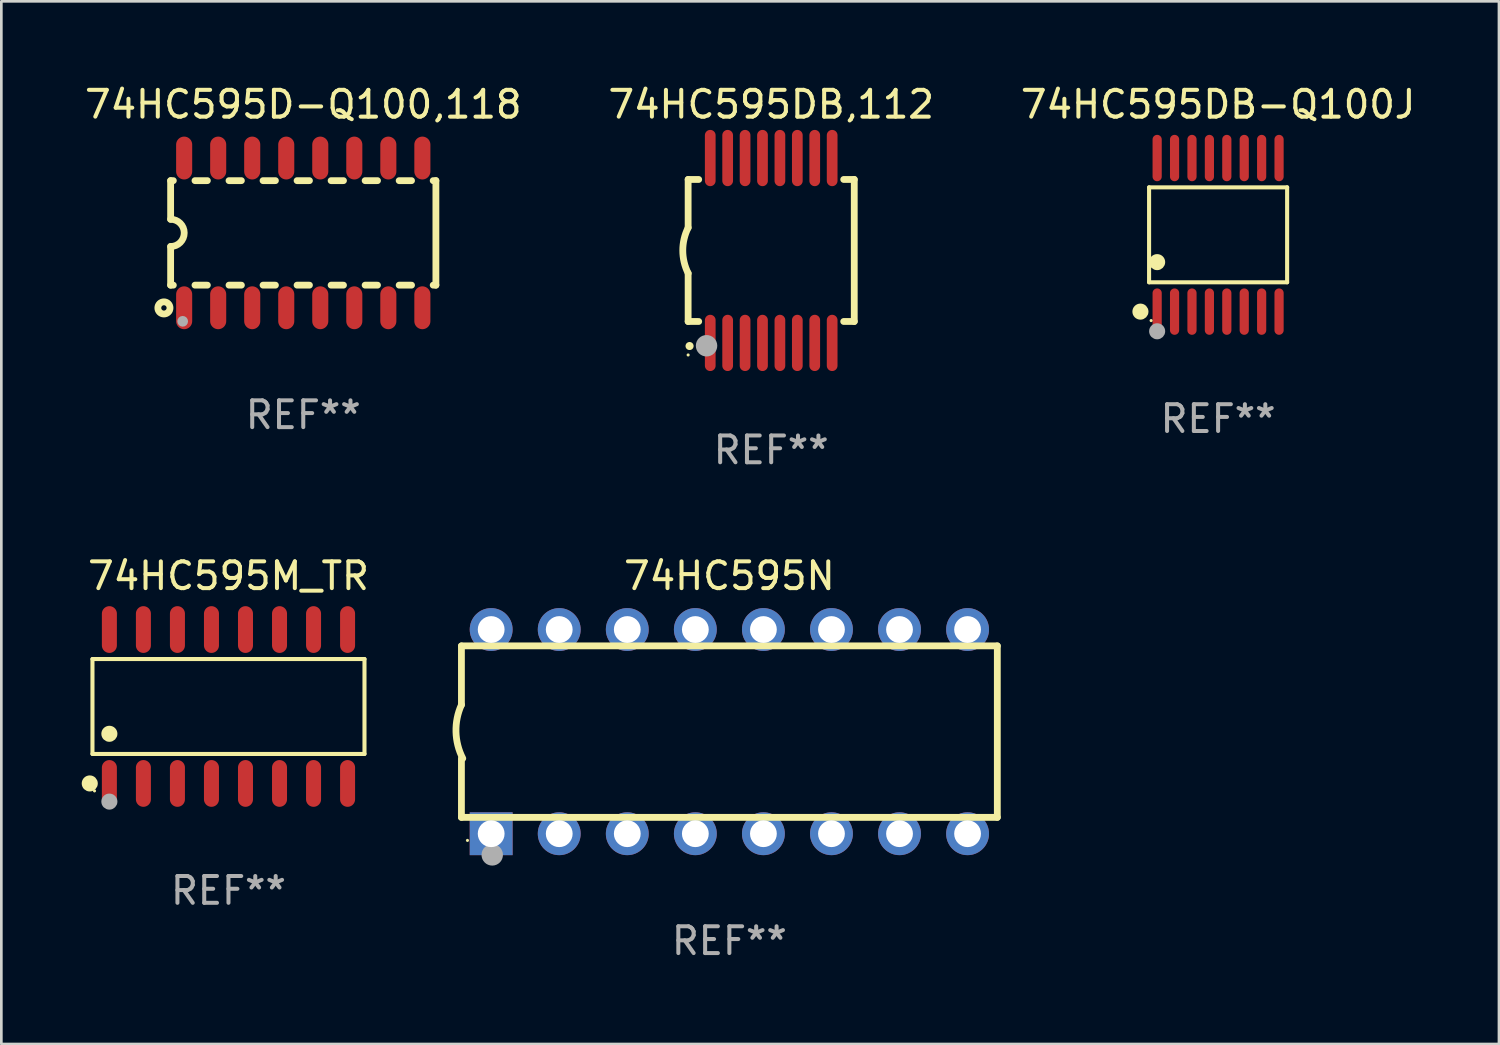
<source format=kicad_pcb>
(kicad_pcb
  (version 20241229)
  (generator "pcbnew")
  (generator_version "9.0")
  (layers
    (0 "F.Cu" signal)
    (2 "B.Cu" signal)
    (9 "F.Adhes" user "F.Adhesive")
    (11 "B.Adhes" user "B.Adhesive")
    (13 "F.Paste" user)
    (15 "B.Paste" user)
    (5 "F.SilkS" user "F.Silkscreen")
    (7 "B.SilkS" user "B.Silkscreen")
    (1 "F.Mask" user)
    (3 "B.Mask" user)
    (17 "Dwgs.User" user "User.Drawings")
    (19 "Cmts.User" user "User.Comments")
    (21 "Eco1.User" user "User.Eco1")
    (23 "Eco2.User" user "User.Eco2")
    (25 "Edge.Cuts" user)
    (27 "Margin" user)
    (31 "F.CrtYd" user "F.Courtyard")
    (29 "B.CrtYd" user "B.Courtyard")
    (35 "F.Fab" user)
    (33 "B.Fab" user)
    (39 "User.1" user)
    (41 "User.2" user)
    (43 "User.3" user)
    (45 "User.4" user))
  (footprint "74HC595DB-Q100J"
    (layer "F.Cu")
    (at 42.411 5.714)
    (property "Reference" "74HC595DB-Q100J" (at 0 -4.866 0) (layer "F.SilkS") (effects (font (size 1 1) (thickness 0.15))))
    (attr through_hole)
    (fp_line (start -2.576 -1.772) (end 2.576 -1.772) (stroke (width 0.152) (type solid)) (layer "F.SilkS"))
    (fp_line (start -2.576 1.771) (end -2.576 -1.772) (stroke (width 0.152) (type solid)) (layer "F.SilkS"))
    (fp_line (start 2.576 -1.772) (end 2.576 1.771) (stroke (width 0.152) (type solid)) (layer "F.SilkS"))
    (fp_line (start 2.576 1.771) (end -2.576 1.771) (stroke (width 0.152) (type solid)) (layer "F.SilkS"))
    (fp_circle (center -2.899 2.866) (end -2.749 2.866) (stroke (width 0.3) (type solid)) (fill no) (layer "F.SilkS"))
    (fp_circle (center -2.5 3.2) (end -2.47 3.2) (stroke (width 0.06) (type solid)) (fill no) (layer "F.SilkS"))
    (fp_circle (center -2.275 1.019) (end -2.125 1.019) (stroke (width 0.3) (type solid)) (fill no) (layer "F.SilkS"))
    (fp_circle (center -2.275 3.6) (end -2.125 3.6) (stroke (width 0.3) (type solid)) (fill no) (layer "F.Fab"))
    (fp_text user "REF**" (at 0 6.866 0) (layer "F.Fab") (effects (font (size 1 1) (thickness 0.15))))
    (pad "1" smd oval (at -2.275 2.866) (size 0.343 1.731) (layers "F.Cu" "F.Mask" "F.Paste"))
    (pad "2" smd oval (at -1.625 2.866) (size 0.343 1.731) (layers "F.Cu" "F.Mask" "F.Paste"))
    (pad "3" smd oval (at -0.975 2.866) (size 0.343 1.731) (layers "F.Cu" "F.Mask" "F.Paste"))
    (pad "4" smd oval (at -0.325 2.866) (size 0.343 1.731) (layers "F.Cu" "F.Mask" "F.Paste"))
    (pad "5" smd oval (at 0.325 2.866) (size 0.343 1.731) (layers "F.Cu" "F.Mask" "F.Paste"))
    (pad "6" smd oval (at 0.975 2.866) (size 0.343 1.731) (layers "F.Cu" "F.Mask" "F.Paste"))
    (pad "7" smd oval (at 1.625 2.866) (size 0.343 1.731) (layers "F.Cu" "F.Mask" "F.Paste"))
    (pad "8" smd oval (at 2.275 2.866) (size 0.343 1.731) (layers "F.Cu" "F.Mask" "F.Paste"))
    (pad "9" smd oval (at 2.275 -2.866) (size 0.343 1.731) (layers "F.Cu" "F.Mask" "F.Paste"))
    (pad "10" smd oval (at 1.625 -2.866) (size 0.343 1.731) (layers "F.Cu" "F.Mask" "F.Paste"))
    (pad "11" smd oval (at 0.975 -2.866) (size 0.343 1.731) (layers "F.Cu" "F.Mask" "F.Paste"))
    (pad "12" smd oval (at 0.325 -2.866) (size 0.343 1.731) (layers "F.Cu" "F.Mask" "F.Paste"))
    (pad "13" smd oval (at -0.325 -2.866) (size 0.343 1.731) (layers "F.Cu" "F.Mask" "F.Paste"))
    (pad "14" smd oval (at -0.975 -2.866) (size 0.343 1.731) (layers "F.Cu" "F.Mask" "F.Paste"))
    (pad "15" smd oval (at -1.625 -2.866) (size 0.343 1.731) (layers "F.Cu" "F.Mask" "F.Paste"))
    (pad "16" smd oval (at -2.275 -2.866) (size 0.343 1.731) (layers "F.Cu" "F.Mask" "F.Paste")))
  (footprint "74HC595M_TR"
    (layer "F.Cu")
    (at 5.477 23.317)
    (property "Reference" "74HC595M_TR" (at 0 -4.872 0) (layer "F.SilkS") (effects (font (size 1 1) (thickness 0.15))))
    (attr through_hole)
    (fp_line (start -5.076 -1.771) (end 5.076 -1.771) (stroke (width 0.152) (type solid)) (layer "F.SilkS"))
    (fp_line (start -5.076 1.771) (end -5.076 -1.771) (stroke (width 0.152) (type solid)) (layer "F.SilkS"))
    (fp_line (start 5.076 -1.771) (end 5.076 1.771) (stroke (width 0.152) (type solid)) (layer "F.SilkS"))
    (fp_line (start 5.076 1.771) (end -5.076 1.771) (stroke (width 0.152) (type solid)) (layer "F.SilkS"))
    (fp_circle (center -5.177 2.872) (end -5.027 2.872) (stroke (width 0.3) (type solid)) (fill no) (layer "F.SilkS"))
    (fp_circle (center -5 3.15) (end -4.97 3.15) (stroke (width 0.06) (type solid)) (fill no) (layer "F.SilkS"))
    (fp_circle (center -4.445 1.019) (end -4.295 1.019) (stroke (width 0.3) (type solid)) (fill no) (layer "F.SilkS"))
    (fp_circle (center -4.445 3.55) (end -4.295 3.55) (stroke (width 0.3) (type solid)) (fill no) (layer "F.Fab"))
    (fp_text user "REF**" (at 0 6.872 0) (layer "F.Fab") (effects (font (size 1 1) (thickness 0.15))))
    (pad "1" smd oval (at -4.445 2.872) (size 0.56 1.745) (layers "F.Cu" "F.Mask" "F.Paste"))
    (pad "2" smd oval (at -3.175 2.872) (size 0.56 1.745) (layers "F.Cu" "F.Mask" "F.Paste"))
    (pad "3" smd oval (at -1.905 2.872) (size 0.56 1.745) (layers "F.Cu" "F.Mask" "F.Paste"))
    (pad "4" smd oval (at -0.635 2.872) (size 0.56 1.745) (layers "F.Cu" "F.Mask" "F.Paste"))
    (pad "5" smd oval (at 0.635 2.872) (size 0.56 1.745) (layers "F.Cu" "F.Mask" "F.Paste"))
    (pad "6" smd oval (at 1.905 2.872) (size 0.56 1.745) (layers "F.Cu" "F.Mask" "F.Paste"))
    (pad "7" smd oval (at 3.175 2.872) (size 0.56 1.745) (layers "F.Cu" "F.Mask" "F.Paste"))
    (pad "8" smd oval (at 4.445 2.872) (size 0.56 1.745) (layers "F.Cu" "F.Mask" "F.Paste"))
    (pad "9" smd oval (at 4.445 -2.872) (size 0.56 1.745) (layers "F.Cu" "F.Mask" "F.Paste"))
    (pad "10" smd oval (at 3.175 -2.872) (size 0.56 1.745) (layers "F.Cu" "F.Mask" "F.Paste"))
    (pad "11" smd oval (at 1.905 -2.872) (size 0.56 1.745) (layers "F.Cu" "F.Mask" "F.Paste"))
    (pad "12" smd oval (at 0.635 -2.872) (size 0.56 1.745) (layers "F.Cu" "F.Mask" "F.Paste"))
    (pad "13" smd oval (at -0.635 -2.872) (size 0.56 1.745) (layers "F.Cu" "F.Mask" "F.Paste"))
    (pad "14" smd oval (at -1.905 -2.872) (size 0.56 1.745) (layers "F.Cu" "F.Mask" "F.Paste"))
    (pad "15" smd oval (at -3.175 -2.872) (size 0.56 1.745) (layers "F.Cu" "F.Mask" "F.Paste"))
    (pad "16" smd oval (at -4.445 -2.872) (size 0.56 1.745) (layers "F.Cu" "F.Mask" "F.Paste")))
  (footprint "74HC595D-Q100,118"
    (layer "F.Cu")
    (at 8.268 5.642)
    (property "Reference" "74HC595D-Q100,118" (at 0 -4.794 0) (layer "F.SilkS") (effects (font (size 1 1) (thickness 0.15))))
    (attr through_hole)
    (fp_line (start -4.95 -1.95) (end -4.95 -0.508) (stroke (width 0.254) (type solid)) (layer "F.SilkS"))
    (fp_line (start -4.95 -1.95) (end -4.849 -1.95) (stroke (width 0.254) (type solid)) (layer "F.SilkS"))
    (fp_line (start -4.95 1.95) (end -4.95 0.508) (stroke (width 0.254) (type solid)) (layer "F.SilkS"))
    (fp_line (start -4.95 1.95) (end -4.849 1.95) (stroke (width 0.254) (type solid)) (layer "F.SilkS"))
    (fp_line (start -4.041 -1.95) (end -3.579 -1.95) (stroke (width 0.254) (type solid)) (layer "F.SilkS"))
    (fp_line (start -4.041 1.95) (end -3.579 1.95) (stroke (width 0.254) (type solid)) (layer "F.SilkS"))
    (fp_line (start -2.771 -1.95) (end -2.309 -1.95) (stroke (width 0.254) (type solid)) (layer "F.SilkS"))
    (fp_line (start -2.771 1.95) (end -2.309 1.95) (stroke (width 0.254) (type solid)) (layer "F.SilkS"))
    (fp_line (start -1.501 -1.95) (end -1.039 -1.95) (stroke (width 0.254) (type solid)) (layer "F.SilkS"))
    (fp_line (start -1.501 1.95) (end -1.039 1.95) (stroke (width 0.254) (type solid)) (layer "F.SilkS"))
    (fp_line (start -0.231 -1.95) (end 0.231 -1.95) (stroke (width 0.254) (type solid)) (layer "F.SilkS"))
    (fp_line (start -0.231 1.95) (end 0.231 1.95) (stroke (width 0.254) (type solid)) (layer "F.SilkS"))
    (fp_line (start 1.039 -1.95) (end 1.501 -1.95) (stroke (width 0.254) (type solid)) (layer "F.SilkS"))
    (fp_line (start 1.039 1.95) (end 1.501 1.95) (stroke (width 0.254) (type solid)) (layer "F.SilkS"))
    (fp_line (start 2.309 -1.95) (end 2.771 -1.95) (stroke (width 0.254) (type solid)) (layer "F.SilkS"))
    (fp_line (start 2.309 1.95) (end 2.771 1.95) (stroke (width 0.254) (type solid)) (layer "F.SilkS"))
    (fp_line (start 3.579 -1.95) (end 4.041 -1.95) (stroke (width 0.254) (type solid)) (layer "F.SilkS"))
    (fp_line (start 3.579 1.95) (end 4.041 1.95) (stroke (width 0.254) (type solid)) (layer "F.SilkS"))
    (fp_line (start 4.849 -1.95) (end 4.95 -1.95) (stroke (width 0.254) (type solid)) (layer "F.SilkS"))
    (fp_line (start 4.849 1.95) (end 4.95 1.95) (stroke (width 0.254) (type solid)) (layer "F.SilkS"))
    (fp_line (start 4.95 -1.95) (end 4.95 1.95) (stroke (width 0.254) (type solid)) (layer "F.SilkS"))
    (fp_arc (start -4.95047 -0.508001) (mid -4.442469 -0.000228) (end -4.950013 0.508001) (stroke (width 0.254001) (type solid)) (layer "F.SilkS"))
    (fp_circle (center -5.2 2.8) (end -5.1 2.8) (stroke (width 0.254) (type solid)) (fill no) (layer "F.SilkS"))
    (fp_circle (center -4.95 2.947) (end -4.92 2.947) (stroke (width 0.06) (type solid)) (fill no) (layer "F.SilkS"))
    (fp_circle (center -4.5 3.3) (end -4.4 3.3) (stroke (width 0.2) (type solid)) (fill no) (layer "F.Fab"))
    (fp_text user "REF**" (at 0 6.794 0) (layer "F.Fab") (effects (font (size 1 1) (thickness 0.15))))
    (pad "1" smd oval (at -4.445 2.794) (size 0.6 1.6) (layers "F.Cu" "F.Mask" "F.Paste"))
    (pad "2" smd oval (at -3.175 2.794) (size 0.6 1.6) (layers "F.Cu" "F.Mask" "F.Paste"))
    (pad "3" smd oval (at -1.905 2.794) (size 0.6 1.6) (layers "F.Cu" "F.Mask" "F.Paste"))
    (pad "4" smd oval (at -0.635 2.794) (size 0.6 1.6) (layers "F.Cu" "F.Mask" "F.Paste"))
    (pad "5" smd oval (at 0.635 2.794) (size 0.6 1.6) (layers "F.Cu" "F.Mask" "F.Paste"))
    (pad "6" smd oval (at 1.905 2.794) (size 0.6 1.6) (layers "F.Cu" "F.Mask" "F.Paste"))
    (pad "7" smd oval (at 3.175 2.794) (size 0.6 1.6) (layers "F.Cu" "F.Mask" "F.Paste"))
    (pad "8" smd oval (at 4.445 2.794) (size 0.6 1.6) (layers "F.Cu" "F.Mask" "F.Paste"))
    (pad "9" smd oval (at 4.445 -2.794) (size 0.6 1.6) (layers "F.Cu" "F.Mask" "F.Paste"))
    (pad "10" smd oval (at 3.175 -2.794) (size 0.6 1.6) (layers "F.Cu" "F.Mask" "F.Paste"))
    (pad "11" smd oval (at 1.905 -2.794) (size 0.6 1.6) (layers "F.Cu" "F.Mask" "F.Paste"))
    (pad "12" smd oval (at 0.635 -2.794) (size 0.6 1.6) (layers "F.Cu" "F.Mask" "F.Paste"))
    (pad "13" smd oval (at -0.635 -2.794) (size 0.6 1.6) (layers "F.Cu" "F.Mask" "F.Paste"))
    (pad "14" smd oval (at -1.905 -2.794) (size 0.6 1.6) (layers "F.Cu" "F.Mask" "F.Paste"))
    (pad "15" smd oval (at -3.175 -2.794) (size 0.6 1.6) (layers "F.Cu" "F.Mask" "F.Paste"))
    (pad "16" smd oval (at -4.445 -2.794) (size 0.6 1.6) (layers "F.Cu" "F.Mask" "F.Paste")))
  (footprint "74HC595DB,112"
    (layer "F.Cu")
    (at 25.732 6.298)
    (property "Reference" "74HC595DB,112" (at 0 -5.45 0) (layer "F.SilkS") (effects (font (size 1 1) (thickness 0.15))))
    (attr through_hole)
    (fp_line (start -3.1 -2.65) (end -3.1 -0.85) (stroke (width 0.254) (type solid)) (layer "F.SilkS"))
    (fp_line (start -3.1 -2.65) (end -2.706 -2.65) (stroke (width 0.254) (type solid)) (layer "F.SilkS"))
    (fp_line (start -3.1 2.65) (end -3.1 0.85) (stroke (width 0.254) (type solid)) (layer "F.SilkS"))
    (fp_line (start -3.1 2.65) (end -2.706 2.65) (stroke (width 0.254) (type solid)) (layer "F.SilkS"))
    (fp_line (start 2.706 -2.65) (end 3.1 -2.65) (stroke (width 0.254) (type solid)) (layer "F.SilkS"))
    (fp_line (start 2.706 2.65) (end 3.1 2.65) (stroke (width 0.254) (type solid)) (layer "F.SilkS"))
    (fp_line (start 3.1 -2.65) (end 3.1 2.65) (stroke (width 0.254) (type solid)) (layer "F.SilkS"))
    (fp_arc (start -3.098907 0.850902) (mid -3.300057 0.000523) (end -3.1 -0.850114) (stroke (width 0.254001) (type solid)) (layer "F.SilkS"))
    (fp_arc (start -3.048006 3.566066) (mid -3.046736 3.566061) (end -3.045466 3.566066) (stroke (width 0.3) (type solid)) (layer "F.SilkS"))
    (fp_circle (center -3.1 3.9) (end -3.07 3.9) (stroke (width 0.06) (type solid)) (fill no) (layer "F.SilkS"))
    (fp_circle (center -2.413 3.556) (end -2.213 3.556) (stroke (width 0.4) (type solid)) (fill no) (layer "F.Fab"))
    (fp_text user "REF**" (at 0 7.45 0) (layer "F.Fab") (effects (font (size 1 1) (thickness 0.15))))
    (pad "1" smd oval (at -2.275 3.45 180) (size 0.4 2.1) (layers "F.Cu" "F.Mask" "F.Paste"))
    (pad "2" smd oval (at -1.625 3.45 180) (size 0.4 2.1) (layers "F.Cu" "F.Mask" "F.Paste"))
    (pad "3" smd oval (at -0.975 3.45 180) (size 0.4 2.1) (layers "F.Cu" "F.Mask" "F.Paste"))
    (pad "4" smd oval (at -0.325 3.45 180) (size 0.4 2.1) (layers "F.Cu" "F.Mask" "F.Paste"))
    (pad "5" smd oval (at 0.325 3.45 180) (size 0.4 2.1) (layers "F.Cu" "F.Mask" "F.Paste"))
    (pad "6" smd oval (at 0.975 3.45 180) (size 0.4 2.1) (layers "F.Cu" "F.Mask" "F.Paste"))
    (pad "7" smd oval (at 1.625 3.45 180) (size 0.4 2.1) (layers "F.Cu" "F.Mask" "F.Paste"))
    (pad "8" smd oval (at 2.275 3.45 180) (size 0.4 2.1) (layers "F.Cu" "F.Mask" "F.Paste"))
    (pad "9" smd oval (at 2.275 -3.45 180) (size 0.4 2.1) (layers "F.Cu" "F.Mask" "F.Paste"))
    (pad "10" smd oval (at 1.625 -3.45 180) (size 0.4 2.1) (layers "F.Cu" "F.Mask" "F.Paste"))
    (pad "11" smd oval (at 0.975 -3.45 180) (size 0.4 2.1) (layers "F.Cu" "F.Mask" "F.Paste"))
    (pad "12" smd oval (at 0.325 -3.45 180) (size 0.4 2.1) (layers "F.Cu" "F.Mask" "F.Paste"))
    (pad "13" smd oval (at -0.325 -3.45 180) (size 0.4 2.1) (layers "F.Cu" "F.Mask" "F.Paste"))
    (pad "14" smd oval (at -0.975 -3.45 180) (size 0.4 2.1) (layers "F.Cu" "F.Mask" "F.Paste"))
    (pad "15" smd oval (at -1.625 -3.45 180) (size 0.4 2.1) (layers "F.Cu" "F.Mask" "F.Paste"))
    (pad "16" smd oval (at -2.275 -3.45 180) (size 0.4 2.1) (layers "F.Cu" "F.Mask" "F.Paste")))
  (footprint "74HC595N"
    (layer "F.Cu")
    (at 24.171 24.255)
    (property "Reference" "74HC595N" (at 0 -5.81 0) (layer "F.SilkS") (effects (font (size 1 1) (thickness 0.15))))
    (attr through_hole)
    (fp_line (start -10 -0.998) (end -10 -3.198) (stroke (width 0.254) (type solid)) (layer "F.SilkS"))
    (fp_line (start -10 3.2) (end -10 1) (stroke (width 0.254) (type solid)) (layer "F.SilkS"))
    (fp_line (start 10 -3.2) (end -10 -3.2) (stroke (width 0.254) (type solid)) (layer "F.SilkS"))
    (fp_line (start 10 3.2) (end -10 3.2) (stroke (width 0.254) (type solid)) (layer "F.SilkS"))
    (fp_line (start 10 3.2) (end 10 -3.2) (stroke (width 0.254) (type solid)) (layer "F.SilkS"))
    (fp_arc (start -9.949975 0.999974) (mid -10.203153 0.005693) (end -9.999987 -1) (stroke (width 0.254001) (type solid)) (layer "F.SilkS"))
    (fp_circle (center -9.775 4.06) (end -9.745 4.06) (stroke (width 0.06) (type solid)) (fill no) (layer "F.SilkS"))
    (fp_circle (center -8.85 4.6) (end -8.65 4.6) (stroke (width 0.4) (type solid)) (fill no) (layer "F.Fab"))
    (fp_text user "REF**" (at 0 7.81 0) (layer "F.Fab") (effects (font (size 1 1) (thickness 0.15))))
    (pad "1" thru_hole rect (at -8.89 3.81 90) (size 1.6 1.6) (drill 1) (layers "*.Cu" "*.Mask"))
    (pad "2" thru_hole circle (at -6.35 3.81) (size 1.6 1.6) (drill 1) (layers "*.Cu" "*.Mask"))
    (pad "3" thru_hole circle (at -3.81 3.81) (size 1.6 1.6) (drill 1) (layers "*.Cu" "*.Mask"))
    (pad "4" thru_hole circle (at -1.27 3.81) (size 1.6 1.6) (drill 1) (layers "*.Cu" "*.Mask"))
    (pad "5" thru_hole circle (at 1.27 3.81) (size 1.6 1.6) (drill 1) (layers "*.Cu" "*.Mask"))
    (pad "6" thru_hole circle (at 3.81 3.81) (size 1.6 1.6) (drill 1) (layers "*.Cu" "*.Mask"))
    (pad "7" thru_hole circle (at 6.35 3.81) (size 1.6 1.6) (drill 1) (layers "*.Cu" "*.Mask"))
    (pad "8" thru_hole circle (at 8.89 3.81) (size 1.6 1.6) (drill 1) (layers "*.Cu" "*.Mask"))
    (pad "9" thru_hole circle (at 8.89 -3.81) (size 1.6 1.6) (drill 1) (layers "*.Cu" "*.Mask"))
    (pad "10" thru_hole circle (at 6.35 -3.81) (size 1.6 1.6) (drill 1) (layers "*.Cu" "*.Mask"))
    (pad "11" thru_hole circle (at 3.81 -3.81) (size 1.6 1.6) (drill 1) (layers "*.Cu" "*.Mask"))
    (pad "12" thru_hole circle (at 1.27 -3.81) (size 1.6 1.6) (drill 1) (layers "*.Cu" "*.Mask"))
    (pad "13" thru_hole circle (at -1.27 -3.81) (size 1.6 1.6) (drill 1) (layers "*.Cu" "*.Mask"))
    (pad "14" thru_hole circle (at -3.81 -3.81) (size 1.6 1.6) (drill 1) (layers "*.Cu" "*.Mask"))
    (pad "15" thru_hole circle (at -6.35 -3.81) (size 1.6 1.6) (drill 1) (layers "*.Cu" "*.Mask"))
    (pad "16" thru_hole circle (at -8.89 -3.81) (size 1.6 1.6) (drill 1) (layers "*.Cu" "*.Mask")))
  (gr_rect
    (start -3 -3)
    (end 52.893 35.913)
    (stroke (width 0.1) (type default))
    (fill no)
    (layer "Edge.Cuts")))
</source>
